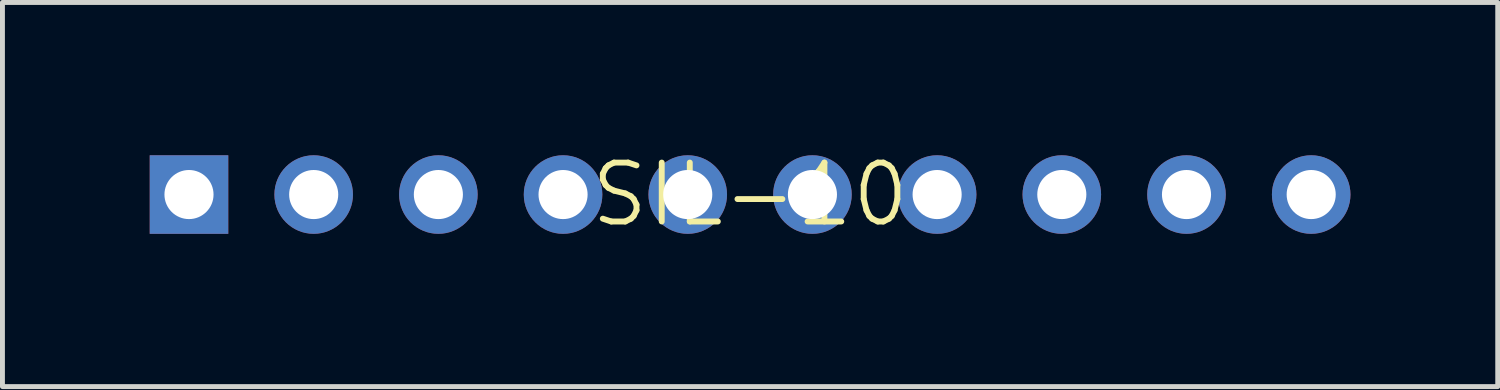
<source format=kicad_pcb>
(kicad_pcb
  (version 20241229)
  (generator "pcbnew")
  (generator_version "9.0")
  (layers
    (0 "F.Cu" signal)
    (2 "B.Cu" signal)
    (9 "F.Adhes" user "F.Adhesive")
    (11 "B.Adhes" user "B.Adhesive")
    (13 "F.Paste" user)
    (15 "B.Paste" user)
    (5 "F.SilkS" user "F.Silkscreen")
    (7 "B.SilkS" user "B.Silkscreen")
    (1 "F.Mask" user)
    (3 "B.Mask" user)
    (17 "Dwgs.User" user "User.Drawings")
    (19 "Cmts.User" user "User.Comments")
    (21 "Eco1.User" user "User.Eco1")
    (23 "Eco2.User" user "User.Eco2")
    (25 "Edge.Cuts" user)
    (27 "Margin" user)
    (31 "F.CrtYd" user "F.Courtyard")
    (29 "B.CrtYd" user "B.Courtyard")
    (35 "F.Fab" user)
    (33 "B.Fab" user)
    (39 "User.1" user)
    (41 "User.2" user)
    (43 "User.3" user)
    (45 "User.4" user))
  (footprint "SIL-10"
    (layer "F.Cu")
    (at 12.23 0.913)
    (property "Reference" "SIL-10" (at 0 0 0) (layer "F.SilkS") (effects (font (size 1.2 1.2) (thickness 0.12))))
    (attr through_hole)
    (pad "1" thru_hole rect (at -11.43 0) (size 1.6 1.6) (drill 1) (layers "*.Cu" "*.Mask"))
    (pad "2" thru_hole circle (at -8.89 0) (size 1.6 1.6) (drill 1) (layers "*.Cu" "*.Mask"))
    (pad "3" thru_hole circle (at -6.35 0) (size 1.6 1.6) (drill 1) (layers "*.Cu" "*.Mask"))
    (pad "4" thru_hole circle (at -3.81 0) (size 1.6 1.6) (drill 1) (layers "*.Cu" "*.Mask"))
    (pad "5" thru_hole circle (at -1.27 0) (size 1.6 1.6) (drill 1) (layers "*.Cu" "*.Mask"))
    (pad "6" thru_hole circle (at 1.27 0) (size 1.6 1.6) (drill 1) (layers "*.Cu" "*.Mask"))
    (pad "7" thru_hole circle (at 3.81 0) (size 1.6 1.6) (drill 1) (layers "*.Cu" "*.Mask"))
    (pad "8" thru_hole circle (at 6.35 0) (size 1.6 1.6) (drill 1) (layers "*.Cu" "*.Mask"))
    (pad "9" thru_hole circle (at 8.89 0) (size 1.6 1.6) (drill 1) (layers "*.Cu" "*.Mask"))
    (pad "10" thru_hole circle (at 11.43 0) (size 1.6 1.6) (drill 1) (layers "*.Cu" "*.Mask")))
  (gr_rect
    (start -3 -3)
    (end 27.46 4.825)
    (stroke (width 0.1) (type default))
    (fill no)
    (layer "Edge.Cuts")))
</source>
